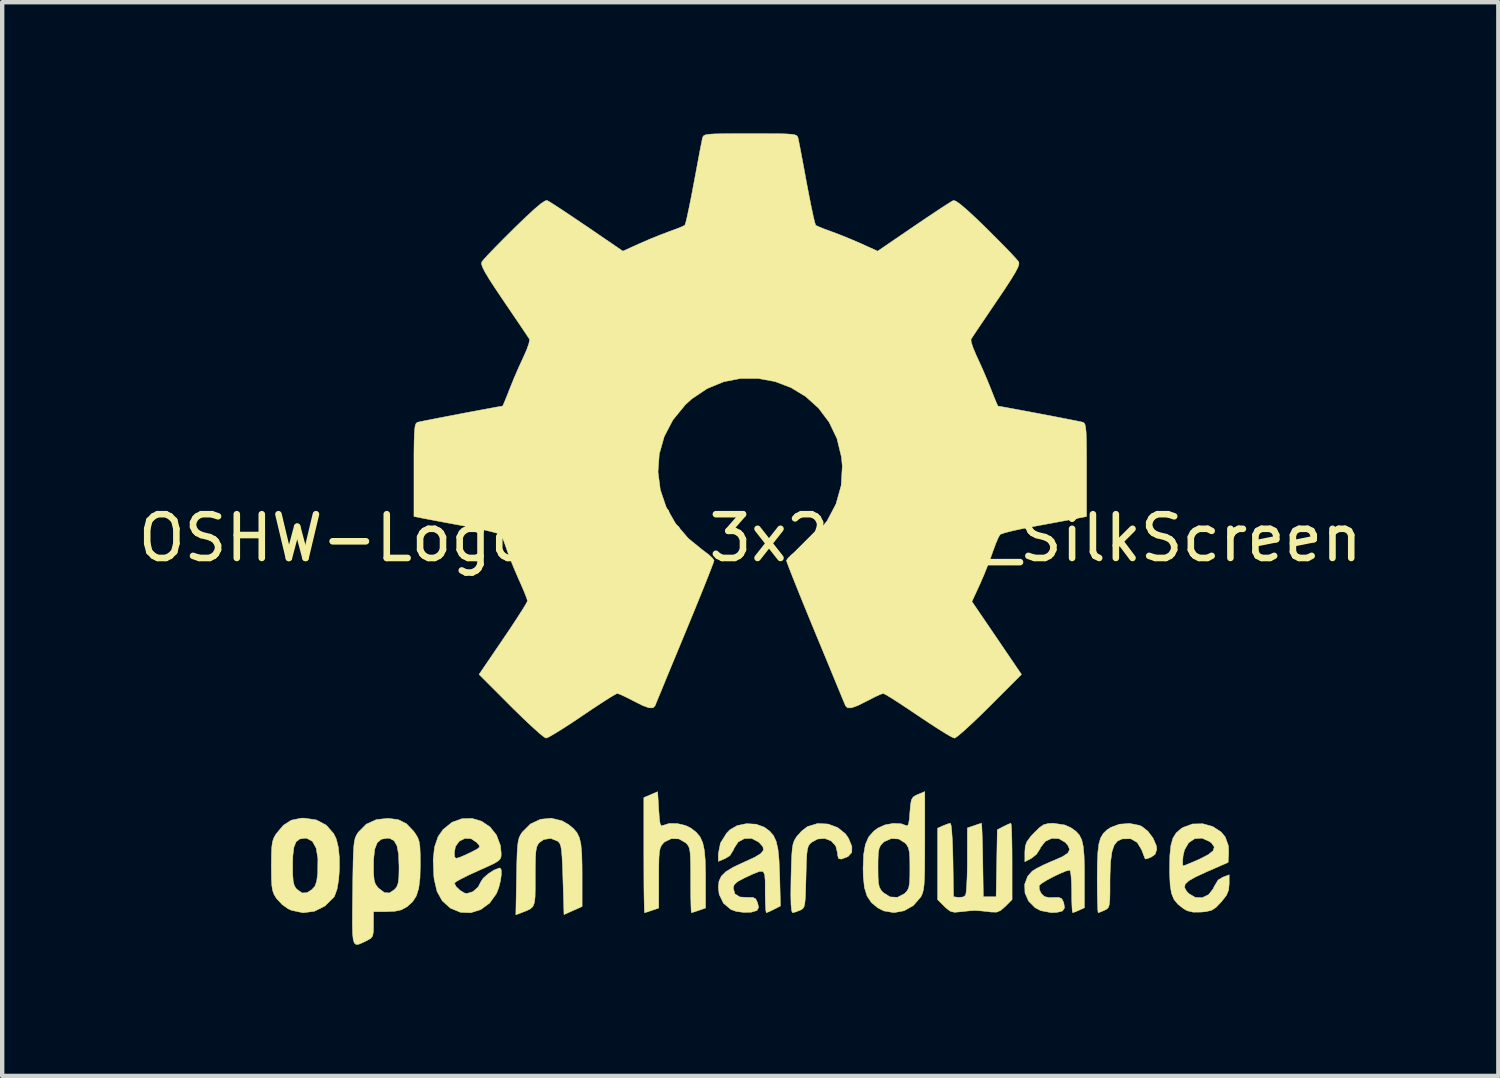
<source format=kicad_pcb>
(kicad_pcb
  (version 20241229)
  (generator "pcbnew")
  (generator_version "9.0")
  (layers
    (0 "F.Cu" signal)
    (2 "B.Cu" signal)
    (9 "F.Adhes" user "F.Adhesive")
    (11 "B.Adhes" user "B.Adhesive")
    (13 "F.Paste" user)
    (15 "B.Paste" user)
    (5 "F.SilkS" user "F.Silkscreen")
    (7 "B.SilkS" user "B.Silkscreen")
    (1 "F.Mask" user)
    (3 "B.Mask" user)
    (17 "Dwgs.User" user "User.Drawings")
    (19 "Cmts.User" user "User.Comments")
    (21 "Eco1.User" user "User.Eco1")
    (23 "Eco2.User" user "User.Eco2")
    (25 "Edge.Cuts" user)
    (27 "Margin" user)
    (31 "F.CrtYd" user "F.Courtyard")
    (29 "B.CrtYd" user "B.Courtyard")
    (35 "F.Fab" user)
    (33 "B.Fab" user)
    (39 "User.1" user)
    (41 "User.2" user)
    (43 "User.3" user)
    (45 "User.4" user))
  (footprint "OSHW-Logo2_24.3x20mm_SilkScreen"
    (layer "F.Cu")
    (at 14.101 9.25)
    (property "Reference" "OSHW-Logo2_24.3x20mm_SilkScreen" (at 0 0 0) (layer "F.SilkS") (effects (font (size 1 1) (thickness 0.15))))
    (attr board_only exclude_from_pos_files exclude_from_bom allow_missing_courtyard)
    (fp_poly (pts (xy 8.893 6.567) (xy 8.951 6.592) (xy 9.09 6.702) (xy 9.209 6.861) (xy 9.282 7.031) (xy 9.294 7.114) (xy 9.254 7.231) (xy 9.166 7.293) (xy 9.072 7.33) (xy 9.029 7.337) (xy 9.008 7.287) (xy 8.966 7.178) (xy 8.948 7.129) (xy 8.846 6.959) (xy 8.698 6.874) (xy 8.509 6.877) (xy 8.495 6.88) (xy 8.393 6.928) (xy 8.319 7.021) (xy 8.268 7.172) (xy 8.238 7.391) (xy 8.225 7.69) (xy 8.223 7.849) (xy 8.223 8.1) (xy 8.219 8.271) (xy 8.208 8.379) (xy 8.187 8.443) (xy 8.153 8.48) (xy 8.102 8.506) (xy 8.099 8.508) (xy 8.002 8.549) (xy 7.953 8.564) (xy 7.946 8.518) (xy 7.94 8.391) (xy 7.935 8.199) (xy 7.932 7.959) (xy 7.931 7.783) (xy 7.934 7.443) (xy 7.946 7.184) (xy 7.969 6.993) (xy 8.009 6.854) (xy 8.07 6.752) (xy 8.154 6.672) (xy 8.238 6.616) (xy 8.439 6.541) (xy 8.673 6.524) (xy 8.893 6.567)) (stroke (width 0.01) (type solid)) (fill yes) (layer "F.SilkS"))
    (fp_poly (pts (xy -4.304 6.463) (xy -4.148 6.553) (xy -4.04 6.643) (xy -3.96 6.737) (xy -3.905 6.852) (xy -3.871 7.004) (xy -3.852 7.211) (xy -3.845 7.488) (xy -3.844 7.688) (xy -3.844 8.423) (xy -4.051 8.515) (xy -4.258 8.608) (xy -4.282 7.803) (xy -4.292 7.503) (xy -4.303 7.285) (xy -4.316 7.134) (xy -4.333 7.036) (xy -4.357 6.976) (xy -4.39 6.938) (xy -4.401 6.93) (xy -4.56 6.866) (xy -4.721 6.891) (xy -4.817 6.958) (xy -4.856 7.006) (xy -4.883 7.068) (xy -4.9 7.162) (xy -4.91 7.306) (xy -4.914 7.516) (xy -4.915 7.735) (xy -4.915 8.01) (xy -4.919 8.205) (xy -4.935 8.336) (xy -4.968 8.421) (xy -5.026 8.476) (xy -5.113 8.519) (xy -5.231 8.564) (xy -5.359 8.613) (xy -5.343 7.749) (xy -5.337 7.438) (xy -5.33 7.207) (xy -5.32 7.043) (xy -5.304 6.927) (xy -5.282 6.844) (xy -5.25 6.779) (xy -5.211 6.721) (xy -5.025 6.536) (xy -4.797 6.429) (xy -4.55 6.404) (xy -4.304 6.463)) (stroke (width 0.01) (type solid)) (fill yes) (layer "F.SilkS"))
    (fp_poly (pts (xy 1.777 6.537) (xy 1.998 6.618) (xy 2.177 6.762) (xy 2.247 6.864) (xy 2.323 7.05) (xy 2.321 7.185) (xy 2.241 7.276) (xy 2.212 7.291) (xy 2.084 7.339) (xy 2.018 7.327) (xy 1.996 7.246) (xy 1.995 7.202) (xy 1.954 7.038) (xy 1.849 6.923) (xy 1.702 6.867) (xy 1.538 6.881) (xy 1.404 6.954) (xy 1.359 6.995) (xy 1.327 7.045) (xy 1.306 7.121) (xy 1.292 7.239) (xy 1.283 7.417) (xy 1.276 7.67) (xy 1.274 7.75) (xy 1.267 8.025) (xy 1.26 8.218) (xy 1.248 8.346) (xy 1.23 8.425) (xy 1.203 8.47) (xy 1.163 8.497) (xy 1.138 8.509) (xy 1.03 8.55) (xy 0.966 8.564) (xy 0.945 8.519) (xy 0.932 8.381) (xy 0.927 8.15) (xy 0.931 7.824) (xy 0.932 7.773) (xy 0.939 7.476) (xy 0.948 7.258) (xy 0.96 7.104) (xy 0.978 6.996) (xy 1.005 6.918) (xy 1.043 6.852) (xy 1.062 6.824) (xy 1.174 6.698) (xy 1.3 6.601) (xy 1.315 6.593) (xy 1.54 6.525) (xy 1.777 6.537)) (stroke (width 0.01) (type solid)) (fill yes) (layer "F.SilkS"))
    (fp_poly (pts (xy -2.092 6.206) (xy -2.078 6.405) (xy -2.062 6.523) (xy -2.039 6.574) (xy -2.006 6.574) (xy -1.995 6.568) (xy -1.852 6.524) (xy -1.665 6.527) (xy -1.476 6.572) (xy -1.357 6.631) (xy -1.236 6.725) (xy -1.147 6.831) (xy -1.086 6.966) (xy -1.048 7.146) (xy -1.028 7.388) (xy -1.022 7.707) (xy -1.022 7.769) (xy -1.022 8.457) (xy -1.175 8.511) (xy -1.284 8.547) (xy -1.344 8.564) (xy -1.345 8.564) (xy -1.351 8.518) (xy -1.356 8.392) (xy -1.36 8.201) (xy -1.362 7.963) (xy -1.362 7.818) (xy -1.363 7.533) (xy -1.367 7.328) (xy -1.375 7.188) (xy -1.391 7.096) (xy -1.416 7.035) (xy -1.452 6.989) (xy -1.475 6.967) (xy -1.632 6.877) (xy -1.803 6.871) (xy -1.958 6.946) (xy -1.987 6.974) (xy -2.029 7.025) (xy -2.058 7.086) (xy -2.076 7.174) (xy -2.087 7.307) (xy -2.091 7.502) (xy -2.092 7.772) (xy -2.092 8.457) (xy -2.246 8.511) (xy -2.354 8.547) (xy -2.414 8.564) (xy -2.416 8.564) (xy -2.42 8.517) (xy -2.424 8.386) (xy -2.428 8.182) (xy -2.431 7.919) (xy -2.432 7.608) (xy -2.433 7.263) (xy -2.433 7.248) (xy -2.433 5.932) (xy -2.117 5.798) (xy -2.092 6.206)) (stroke (width 0.01) (type solid)) (fill yes) (layer "F.SilkS"))
    (fp_poly (pts (xy 5.967 6.566) (xy 5.974 6.694) (xy 5.98 6.889) (xy 5.984 7.135) (xy 5.985 7.392) (xy 5.985 8.265) (xy 5.831 8.419) (xy 5.725 8.513) (xy 5.632 8.552) (xy 5.505 8.549) (xy 5.454 8.543) (xy 5.296 8.525) (xy 5.165 8.515) (xy 5.134 8.514) (xy 5.026 8.52) (xy 4.873 8.536) (xy 4.813 8.543) (xy 4.667 8.555) (xy 4.569 8.53) (xy 4.471 8.453) (xy 4.436 8.419) (xy 4.282 8.265) (xy 4.282 6.633) (xy 4.406 6.577) (xy 4.513 6.535) (xy 4.575 6.52) (xy 4.591 6.567) (xy 4.606 6.696) (xy 4.619 6.894) (xy 4.629 7.146) (xy 4.634 7.36) (xy 4.647 8.199) (xy 4.763 8.215) (xy 4.869 8.204) (xy 4.92 8.167) (xy 4.935 8.097) (xy 4.947 7.949) (xy 4.957 7.741) (xy 4.962 7.493) (xy 4.962 7.364) (xy 4.963 6.627) (xy 5.116 6.574) (xy 5.225 6.537) (xy 5.284 6.52) (xy 5.286 6.52) (xy 5.292 6.566) (xy 5.298 6.694) (xy 5.305 6.888) (xy 5.311 7.132) (xy 5.315 7.36) (xy 5.328 8.199) (xy 5.62 8.199) (xy 5.634 7.433) (xy 5.647 6.668) (xy 5.789 6.594) (xy 5.894 6.543) (xy 5.957 6.52) (xy 5.958 6.52) (xy 5.967 6.566)) (stroke (width 0.01) (type solid)) (fill yes) (layer "F.SilkS"))
    (fp_poly (pts (xy -9.92 6.443) (xy -9.692 6.563) (xy -9.523 6.756) (xy -9.463 6.88) (xy -9.417 7.067) (xy -9.393 7.302) (xy -9.391 7.559) (xy -9.409 7.81) (xy -9.446 8.027) (xy -9.502 8.183) (xy -9.519 8.21) (xy -9.721 8.41) (xy -9.961 8.531) (xy -10.221 8.566) (xy -10.485 8.511) (xy -10.558 8.479) (xy -10.701 8.378) (xy -10.826 8.245) (xy -10.838 8.228) (xy -10.886 8.147) (xy -10.918 8.06) (xy -10.937 7.945) (xy -10.946 7.782) (xy -10.948 7.546) (xy -10.948 7.493) (xy -10.948 7.477) (xy -10.462 7.477) (xy -10.459 7.699) (xy -10.448 7.846) (xy -10.424 7.941) (xy -10.385 8.007) (xy -10.364 8.029) (xy -10.248 8.112) (xy -10.135 8.108) (xy -10.021 8.036) (xy -9.952 7.959) (xy -9.912 7.846) (xy -9.889 7.669) (xy -9.888 7.648) (xy -9.884 7.327) (xy -9.924 7.088) (xy -10.009 6.934) (xy -10.136 6.865) (xy -10.182 6.861) (xy -10.301 6.88) (xy -10.383 6.945) (xy -10.433 7.071) (xy -10.457 7.269) (xy -10.462 7.477) (xy -10.948 7.477) (xy -10.946 7.243) (xy -10.939 7.068) (xy -10.922 6.946) (xy -10.893 6.857) (xy -10.849 6.778) (xy -10.839 6.763) (xy -10.673 6.565) (xy -10.493 6.45) (xy -10.273 6.404) (xy -10.199 6.402) (xy -9.92 6.443)) (stroke (width 0.01) (type solid)) (fill yes) (layer "F.SilkS"))
    (fp_poly (pts (xy 10.572 6.594) (xy 10.765 6.72) (xy 10.858 6.833) (xy 10.931 7.037) (xy 10.937 7.199) (xy 10.924 7.415) (xy 10.425 7.633) (xy 10.183 7.745) (xy 10.024 7.835) (xy 9.942 7.912) (xy 9.928 7.988) (xy 9.973 8.071) (xy 10.024 8.126) (xy 10.171 8.214) (xy 10.33 8.221) (xy 10.477 8.152) (xy 10.585 8.015) (xy 10.604 7.967) (xy 10.696 7.816) (xy 10.803 7.752) (xy 10.948 7.697) (xy 10.948 7.905) (xy 10.935 8.047) (xy 10.885 8.167) (xy 10.779 8.304) (xy 10.763 8.322) (xy 10.646 8.444) (xy 10.545 8.51) (xy 10.418 8.54) (xy 10.313 8.55) (xy 10.126 8.552) (xy 9.992 8.521) (xy 9.909 8.475) (xy 9.778 8.373) (xy 9.687 8.263) (xy 9.63 8.124) (xy 9.599 7.937) (xy 9.587 7.682) (xy 9.586 7.552) (xy 9.589 7.396) (xy 9.883 7.396) (xy 9.887 7.48) (xy 9.895 7.493) (xy 9.951 7.475) (xy 10.072 7.426) (xy 10.233 7.356) (xy 10.267 7.341) (xy 10.47 7.237) (xy 10.583 7.146) (xy 10.607 7.061) (xy 10.548 6.975) (xy 10.5 6.937) (xy 10.324 6.86) (xy 10.159 6.873) (xy 10.021 6.966) (xy 9.926 7.131) (xy 9.895 7.262) (xy 9.883 7.396) (xy 9.589 7.396) (xy 9.592 7.249) (xy 9.616 7.025) (xy 9.661 6.862) (xy 9.736 6.741) (xy 9.845 6.646) (xy 9.892 6.616) (xy 10.108 6.536) (xy 10.344 6.531) (xy 10.572 6.594)) (stroke (width 0.01) (type solid)) (fill yes) (layer "F.SilkS"))
    (fp_poly (pts (xy 3.99 6.924) (xy 3.989 7.288) (xy 3.987 7.568) (xy 3.982 7.777) (xy 3.973 7.929) (xy 3.959 8.037) (xy 3.939 8.115) (xy 3.913 8.177) (xy 3.893 8.212) (xy 3.727 8.401) (xy 3.518 8.52) (xy 3.285 8.563) (xy 3.053 8.524) (xy 2.915 8.454) (xy 2.769 8.332) (xy 2.67 8.184) (xy 2.61 7.991) (xy 2.583 7.732) (xy 2.579 7.542) (xy 2.58 7.529) (xy 2.92 7.529) (xy 2.922 7.746) (xy 2.931 7.89) (xy 2.953 7.984) (xy 2.992 8.053) (xy 3.039 8.104) (xy 3.196 8.203) (xy 3.365 8.212) (xy 3.524 8.129) (xy 3.537 8.118) (xy 3.59 8.059) (xy 3.623 7.99) (xy 3.641 7.886) (xy 3.648 7.726) (xy 3.649 7.549) (xy 3.647 7.326) (xy 3.637 7.178) (xy 3.614 7.08) (xy 3.575 7.011) (xy 3.544 6.974) (xy 3.396 6.88) (xy 3.226 6.869) (xy 3.063 6.94) (xy 3.032 6.967) (xy 2.979 7.026) (xy 2.946 7.096) (xy 2.928 7.2) (xy 2.921 7.362) (xy 2.92 7.529) (xy 2.58 7.529) (xy 2.591 7.237) (xy 2.631 7.007) (xy 2.706 6.834) (xy 2.823 6.7) (xy 2.915 6.631) (xy 3.081 6.556) (xy 3.273 6.522) (xy 3.452 6.531) (xy 3.552 6.568) (xy 3.591 6.579) (xy 3.617 6.539) (xy 3.636 6.433) (xy 3.649 6.271) (xy 3.664 6.091) (xy 3.685 5.982) (xy 3.724 5.92) (xy 3.79 5.879) (xy 3.832 5.861) (xy 3.99 5.795) (xy 3.99 6.924)) (stroke (width 0.01) (type solid)) (fill yes) (layer "F.SilkS"))
    (fp_poly (pts (xy -6.141 6.474) (xy -5.949 6.604) (xy -5.801 6.79) (xy -5.712 7.027) (xy -5.694 7.202) (xy -5.696 7.275) (xy -5.713 7.33) (xy -5.76 7.38) (xy -5.851 7.436) (xy -6.002 7.508) (xy -6.227 7.608) (xy -6.228 7.609) (xy -6.435 7.703) (xy -6.605 7.788) (xy -6.72 7.852) (xy -6.764 7.888) (xy -6.764 7.888) (xy -6.726 7.966) (xy -6.636 8.052) (xy -6.534 8.114) (xy -6.482 8.126) (xy -6.341 8.084) (xy -6.22 7.977) (xy -6.16 7.86) (xy -6.103 7.774) (xy -5.991 7.676) (xy -5.86 7.591) (xy -5.744 7.545) (xy -5.719 7.542) (xy -5.692 7.584) (xy -5.69 7.691) (xy -5.71 7.834) (xy -5.748 7.988) (xy -5.8 8.122) (xy -5.803 8.128) (xy -5.958 8.345) (xy -6.159 8.492) (xy -6.388 8.565) (xy -6.626 8.556) (xy -6.853 8.461) (xy -6.863 8.454) (xy -7.042 8.292) (xy -7.16 8.081) (xy -7.225 7.803) (xy -7.234 7.724) (xy -7.249 7.356) (xy -7.231 7.184) (xy -6.764 7.184) (xy -6.758 7.291) (xy -6.724 7.322) (xy -6.642 7.299) (xy -6.511 7.243) (xy -6.365 7.174) (xy -6.362 7.172) (xy -6.238 7.107) (xy -6.189 7.064) (xy -6.201 7.018) (xy -6.252 6.959) (xy -6.383 6.872) (xy -6.524 6.866) (xy -6.651 6.929) (xy -6.738 7.05) (xy -6.764 7.184) (xy -7.231 7.184) (xy -7.217 7.06) (xy -7.136 6.826) (xy -7.022 6.662) (xy -6.817 6.497) (xy -6.591 6.415) (xy -6.36 6.409) (xy -6.141 6.474)) (stroke (width 0.01) (type solid)) (fill yes) (layer "F.SilkS"))
    (fp_poly (pts (xy 0.133 6.541) (xy 0.324 6.611) (xy 0.326 6.613) (xy 0.444 6.7) (xy 0.531 6.801) (xy 0.592 6.933) (xy 0.633 7.112) (xy 0.657 7.354) (xy 0.671 7.675) (xy 0.673 7.721) (xy 0.69 8.411) (xy 0.542 8.487) (xy 0.435 8.539) (xy 0.37 8.564) (xy 0.367 8.564) (xy 0.356 8.519) (xy 0.347 8.397) (xy 0.342 8.218) (xy 0.341 8.074) (xy 0.341 7.84) (xy 0.33 7.693) (xy 0.293 7.623) (xy 0.213 7.62) (xy 0.075 7.673) (xy -0.134 7.77) (xy -0.287 7.851) (xy -0.366 7.922) (xy -0.389 7.998) (xy -0.389 8.002) (xy -0.351 8.134) (xy -0.238 8.205) (xy -0.064 8.215) (xy 0.061 8.214) (xy 0.126 8.25) (xy 0.167 8.336) (xy 0.191 8.446) (xy 0.157 8.509) (xy 0.144 8.517) (xy 0.023 8.553) (xy -0.146 8.558) (xy -0.32 8.535) (xy -0.443 8.491) (xy -0.614 8.346) (xy -0.711 8.145) (xy -0.73 7.987) (xy -0.715 7.845) (xy -0.662 7.729) (xy -0.557 7.626) (xy -0.387 7.523) (xy -0.137 7.406) (xy -0.122 7.4) (xy 0.103 7.296) (xy 0.242 7.211) (xy 0.302 7.134) (xy 0.289 7.056) (xy 0.21 6.967) (xy 0.186 6.946) (xy 0.029 6.866) (xy -0.134 6.87) (xy -0.277 6.948) (xy -0.371 7.093) (xy -0.38 7.121) (xy -0.465 7.259) (xy -0.573 7.326) (xy -0.73 7.391) (xy -0.73 7.221) (xy -0.682 6.973) (xy -0.541 6.746) (xy -0.467 6.67) (xy -0.3 6.573) (xy -0.087 6.529) (xy 0.133 6.541)) (stroke (width 0.01) (type solid)) (fill yes) (layer "F.SilkS"))
    (fp_poly (pts (xy -8.047 6.437) (xy -7.861 6.529) (xy -7.697 6.7) (xy -7.652 6.763) (xy -7.602 6.846) (xy -7.57 6.936) (xy -7.552 7.056) (xy -7.544 7.229) (xy -7.542 7.457) (xy -7.55 7.77) (xy -7.579 8.005) (xy -7.633 8.18) (xy -7.719 8.314) (xy -7.843 8.425) (xy -7.852 8.431) (xy -7.974 8.498) (xy -8.121 8.531) (xy -8.308 8.54) (xy -8.612 8.54) (xy -8.613 8.835) (xy -8.615 8.999) (xy -8.633 9.096) (xy -8.678 9.153) (xy -8.764 9.202) (xy -8.785 9.212) (xy -8.882 9.258) (xy -8.957 9.288) (xy -9.012 9.29) (xy -9.052 9.256) (xy -9.077 9.176) (xy -9.091 9.04) (xy -9.096 8.838) (xy -9.095 8.56) (xy -9.091 8.198) (xy -9.089 8.09) (xy -9.085 7.716) (xy -9.08 7.471) (xy -8.613 7.471) (xy -8.61 7.679) (xy -8.598 7.815) (xy -8.572 7.904) (xy -8.525 7.973) (xy -8.493 8.007) (xy -8.363 8.105) (xy -8.248 8.113) (xy -8.129 8.032) (xy -8.126 8.029) (xy -8.078 7.966) (xy -8.048 7.881) (xy -8.033 7.75) (xy -8.029 7.549) (xy -8.029 7.504) (xy -8.04 7.228) (xy -8.076 7.036) (xy -8.142 6.919) (xy -8.242 6.866) (xy -8.299 6.861) (xy -8.436 6.886) (xy -8.529 6.968) (xy -8.586 7.117) (xy -8.61 7.346) (xy -8.613 7.471) (xy -9.08 7.471) (xy -9.08 7.427) (xy -9.073 7.209) (xy -9.064 7.05) (xy -9.05 6.937) (xy -9.032 6.858) (xy -9.007 6.798) (xy -8.975 6.746) (xy -8.962 6.726) (xy -8.779 6.541) (xy -8.548 6.436) (xy -8.28 6.407) (xy -8.047 6.437)) (stroke (width 0.01) (type solid)) (fill yes) (layer "F.SilkS"))
    (fp_poly (pts (xy 7.191 6.559) (xy 7.331 6.622) (xy 7.441 6.7) (xy 7.521 6.786) (xy 7.577 6.897) (xy 7.612 7.05) (xy 7.631 7.259) (xy 7.639 7.541) (xy 7.639 7.727) (xy 7.639 8.451) (xy 7.516 8.508) (xy 7.418 8.549) (xy 7.37 8.564) (xy 7.36 8.519) (xy 7.353 8.397) (xy 7.348 8.219) (xy 7.348 8.077) (xy 7.343 7.873) (xy 7.332 7.711) (xy 7.316 7.612) (xy 7.303 7.591) (xy 7.217 7.612) (xy 7.082 7.668) (xy 6.925 7.742) (xy 6.775 7.823) (xy 6.659 7.895) (xy 6.604 7.944) (xy 6.604 7.945) (xy 6.609 8.036) (xy 6.651 8.124) (xy 6.724 8.195) (xy 6.832 8.219) (xy 6.923 8.216) (xy 7.053 8.214) (xy 7.121 8.244) (xy 7.162 8.325) (xy 7.167 8.34) (xy 7.185 8.454) (xy 7.138 8.524) (xy 7.014 8.557) (xy 6.88 8.563) (xy 6.64 8.518) (xy 6.515 8.453) (xy 6.362 8.3) (xy 6.28 8.113) (xy 6.273 7.915) (xy 6.342 7.731) (xy 6.445 7.615) (xy 6.549 7.55) (xy 6.711 7.469) (xy 6.901 7.385) (xy 6.933 7.373) (xy 7.141 7.281) (xy 7.261 7.2) (xy 7.3 7.119) (xy 7.263 7.029) (xy 7.202 6.958) (xy 7.055 6.871) (xy 6.894 6.865) (xy 6.747 6.932) (xy 6.64 7.066) (xy 6.626 7.1) (xy 6.545 7.227) (xy 6.427 7.321) (xy 6.277 7.399) (xy 6.277 7.179) (xy 6.286 7.045) (xy 6.324 6.94) (xy 6.407 6.827) (xy 6.488 6.74) (xy 6.613 6.617) (xy 6.71 6.551) (xy 6.814 6.525) (xy 6.932 6.52) (xy 7.191 6.559)) (stroke (width 0.01) (type solid)) (fill yes) (layer "F.SilkS"))
    (fp_poly (pts (xy 0.348 -9.245) (xy 0.612 -9.244) (xy 0.802 -9.24) (xy 0.932 -9.232) (xy 1.014 -9.22) (xy 1.06 -9.201) (xy 1.083 -9.175) (xy 1.094 -9.14) (xy 1.095 -9.136) (xy 1.112 -9.055) (xy 1.143 -8.895) (xy 1.185 -8.674) (xy 1.235 -8.408) (xy 1.289 -8.114) (xy 1.291 -8.103) (xy 1.346 -7.815) (xy 1.397 -7.561) (xy 1.441 -7.355) (xy 1.475 -7.214) (xy 1.496 -7.151) (xy 1.497 -7.15) (xy 1.558 -7.12) (xy 1.684 -7.069) (xy 1.848 -7.009) (xy 1.849 -7.009) (xy 2.055 -6.931) (xy 2.299 -6.832) (xy 2.528 -6.733) (xy 2.539 -6.728) (xy 2.912 -6.559) (xy 3.739 -7.124) (xy 3.993 -7.296) (xy 4.223 -7.45) (xy 4.416 -7.577) (xy 4.558 -7.668) (xy 4.636 -7.714) (xy 4.643 -7.718) (xy 4.7 -7.702) (xy 4.806 -7.628) (xy 4.966 -7.491) (xy 5.184 -7.289) (xy 5.406 -7.073) (xy 5.619 -6.86) (xy 5.811 -6.667) (xy 5.968 -6.503) (xy 6.08 -6.382) (xy 6.135 -6.316) (xy 6.137 -6.313) (xy 6.143 -6.267) (xy 6.121 -6.193) (xy 6.063 -6.08) (xy 5.965 -5.918) (xy 5.822 -5.697) (xy 5.63 -5.413) (xy 5.46 -5.162) (xy 5.309 -4.938) (xy 5.183 -4.752) (xy 5.094 -4.618) (xy 5.049 -4.549) (xy 5.046 -4.545) (xy 5.051 -4.479) (xy 5.093 -4.351) (xy 5.163 -4.184) (xy 5.188 -4.131) (xy 5.296 -3.895) (xy 5.412 -3.626) (xy 5.506 -3.394) (xy 5.574 -3.222) (xy 5.628 -3.091) (xy 5.659 -3.022) (xy 5.662 -3.017) (xy 5.72 -3.008) (xy 5.854 -2.984) (xy 6.049 -2.948) (xy 6.285 -2.904) (xy 6.545 -2.855) (xy 6.811 -2.805) (xy 7.065 -2.756) (xy 7.289 -2.712) (xy 7.465 -2.677) (xy 7.576 -2.654) (xy 7.603 -2.648) (xy 7.631 -2.632) (xy 7.652 -2.596) (xy 7.667 -2.527) (xy 7.678 -2.415) (xy 7.684 -2.245) (xy 7.687 -2.007) (xy 7.688 -1.688) (xy 7.688 -1.557) (xy 7.688 -0.493) (xy 7.433 -0.443) (xy 7.291 -0.416) (xy 7.078 -0.376) (xy 6.822 -0.328) (xy 6.548 -0.278) (xy 6.472 -0.264) (xy 6.218 -0.214) (xy 5.997 -0.166) (xy 5.828 -0.123) (xy 5.728 -0.089) (xy 5.711 -0.079) (xy 5.67 -0.009) (xy 5.612 0.127) (xy 5.547 0.303) (xy 5.534 0.341) (xy 5.449 0.575) (xy 5.343 0.84) (xy 5.24 1.077) (xy 5.239 1.078) (xy 5.067 1.451) (xy 5.634 2.284) (xy 6.2 3.117) (xy 5.473 3.845) (xy 5.253 4.062) (xy 5.052 4.253) (xy 4.882 4.409) (xy 4.754 4.518) (xy 4.679 4.571) (xy 4.668 4.574) (xy 4.605 4.548) (xy 4.476 4.474) (xy 4.296 4.362) (xy 4.078 4.221) (xy 3.842 4.063) (xy 3.602 3.902) (xy 3.389 3.761) (xy 3.215 3.65) (xy 3.094 3.578) (xy 3.04 3.552) (xy 2.974 3.574) (xy 2.849 3.631) (xy 2.691 3.712) (xy 2.674 3.721) (xy 2.461 3.828) (xy 2.314 3.881) (xy 2.223 3.881) (xy 2.176 3.833) (xy 2.176 3.832) (xy 2.152 3.774) (xy 2.095 3.637) (xy 2.01 3.431) (xy 1.901 3.167) (xy 1.773 2.856) (xy 1.629 2.508) (xy 1.489 2.171) (xy 1.336 1.799) (xy 1.195 1.454) (xy 1.071 1.147) (xy 0.968 0.889) (xy 0.89 0.69) (xy 0.842 0.561) (xy 0.827 0.512) (xy 0.865 0.457) (xy 0.962 0.369) (xy 1.093 0.271) (xy 1.464 -0.037) (xy 1.755 -0.39) (xy 1.96 -0.78) (xy 2.078 -1.201) (xy 2.104 -1.644) (xy 2.085 -1.849) (xy 1.982 -2.274) (xy 1.803 -2.649) (xy 1.561 -2.97) (xy 1.267 -3.235) (xy 0.931 -3.439) (xy 0.564 -3.578) (xy 0.178 -3.649) (xy -0.216 -3.649) (xy -0.608 -3.573) (xy -0.986 -3.417) (xy -1.34 -3.179) (xy -1.487 -3.044) (xy -1.77 -2.698) (xy -1.967 -2.32) (xy -2.08 -1.921) (xy -2.109 -1.512) (xy -2.056 -1.103) (xy -1.922 -0.707) (xy -1.709 -0.334) (xy -1.418 0.006) (xy -1.093 0.271) (xy -0.957 0.373) (xy -0.862 0.46) (xy -0.827 0.512) (xy -0.845 0.569) (xy -0.897 0.706) (xy -0.977 0.911) (xy -1.082 1.174) (xy -1.208 1.484) (xy -1.35 1.832) (xy -1.49 2.171) (xy -1.644 2.543) (xy -1.787 2.888) (xy -1.914 3.195) (xy -2.02 3.454) (xy -2.103 3.654) (xy -2.156 3.783) (xy -2.176 3.832) (xy -2.223 3.881) (xy -2.313 3.881) (xy -2.459 3.829) (xy -2.672 3.722) (xy -2.674 3.721) (xy -2.834 3.639) (xy -2.964 3.578) (xy -3.037 3.552) (xy -3.04 3.552) (xy -3.095 3.578) (xy -3.217 3.651) (xy -3.391 3.763) (xy -3.605 3.903) (xy -3.842 4.063) (xy -4.083 4.225) (xy -4.3 4.365) (xy -4.48 4.476) (xy -4.607 4.549) (xy -4.668 4.574) (xy -4.724 4.541) (xy -4.837 4.448) (xy -4.995 4.306) (xy -5.187 4.125) (xy -5.403 3.915) (xy -5.473 3.845) (xy -6.2 3.117) (xy -5.647 2.304) (xy -5.478 2.054) (xy -5.331 1.83) (xy -5.212 1.645) (xy -5.13 1.511) (xy -5.094 1.442) (xy -5.093 1.437) (xy -5.112 1.371) (xy -5.163 1.24) (xy -5.238 1.064) (xy -5.291 0.947) (xy -5.389 0.721) (xy -5.481 0.494) (xy -5.553 0.302) (xy -5.572 0.243) (xy -5.627 0.087) (xy -5.681 -0.034) (xy -5.711 -0.079) (xy -5.776 -0.107) (xy -5.919 -0.147) (xy -6.121 -0.194) (xy -6.363 -0.243) (xy -6.472 -0.264) (xy -6.747 -0.314) (xy -7.011 -0.363) (xy -7.238 -0.406) (xy -7.402 -0.437) (xy -7.433 -0.443) (xy -7.688 -0.493) (xy -7.688 -1.557) (xy -7.688 -1.907) (xy -7.685 -2.172) (xy -7.68 -2.363) (xy -7.671 -2.494) (xy -7.658 -2.577) (xy -7.639 -2.622) (xy -7.613 -2.644) (xy -7.603 -2.648) (xy -7.54 -2.662) (xy -7.4 -2.69) (xy -7.202 -2.729) (xy -6.964 -2.775) (xy -6.703 -2.825) (xy -6.437 -2.876) (xy -6.185 -2.923) (xy -5.963 -2.964) (xy -5.791 -2.996) (xy -5.686 -3.014) (xy -5.662 -3.017) (xy -5.641 -3.059) (xy -5.594 -3.171) (xy -5.53 -3.331) (xy -5.506 -3.394) (xy -5.408 -3.637) (xy -5.292 -3.905) (xy -5.188 -4.131) (xy -5.111 -4.304) (xy -5.061 -4.446) (xy -5.044 -4.533) (xy -5.046 -4.545) (xy -5.082 -4.6) (xy -5.164 -4.722) (xy -5.283 -4.899) (xy -5.431 -5.117) (xy -5.598 -5.363) (xy -5.631 -5.412) (xy -5.825 -5.7) (xy -5.968 -5.92) (xy -6.064 -6.08) (xy -6.121 -6.193) (xy -6.144 -6.266) (xy -6.138 -6.312) (xy -6.138 -6.312) (xy -6.09 -6.372) (xy -5.983 -6.488) (xy -5.83 -6.647) (xy -5.642 -6.838) (xy -5.429 -7.049) (xy -5.406 -7.073) (xy -5.138 -7.332) (xy -4.932 -7.522) (xy -4.783 -7.647) (xy -4.686 -7.71) (xy -4.643 -7.718) (xy -4.581 -7.682) (xy -4.452 -7.6) (xy -4.27 -7.481) (xy -4.047 -7.332) (xy -3.798 -7.163) (xy -3.739 -7.124) (xy -2.912 -6.559) (xy -2.539 -6.728) (xy -2.312 -6.827) (xy -2.068 -6.926) (xy -1.858 -7.006) (xy -1.849 -7.009) (xy -1.685 -7.069) (xy -1.559 -7.12) (xy -1.497 -7.15) (xy -1.497 -7.15) (xy -1.477 -7.205) (xy -1.444 -7.341) (xy -1.401 -7.542) (xy -1.35 -7.793) (xy -1.296 -8.079) (xy -1.291 -8.103) (xy -1.236 -8.398) (xy -1.186 -8.665) (xy -1.144 -8.889) (xy -1.112 -9.051) (xy -1.095 -9.134) (xy -1.095 -9.136) (xy -1.084 -9.171) (xy -1.064 -9.198) (xy -1.021 -9.218) (xy -0.944 -9.231) (xy -0.82 -9.239) (xy -0.636 -9.243) (xy -0.382 -9.245) (xy -0.044 -9.245) (xy 0 -9.245) (xy 0.348 -9.245)) (stroke (width 0.01) (type solid)) (fill yes) (layer "F.SilkS")))
  (gr_rect
    (start -3 -3)
    (end 31.202 21.546)
    (stroke (width 0.1) (type default))
    (fill no)
    (layer "Edge.Cuts")))
</source>
